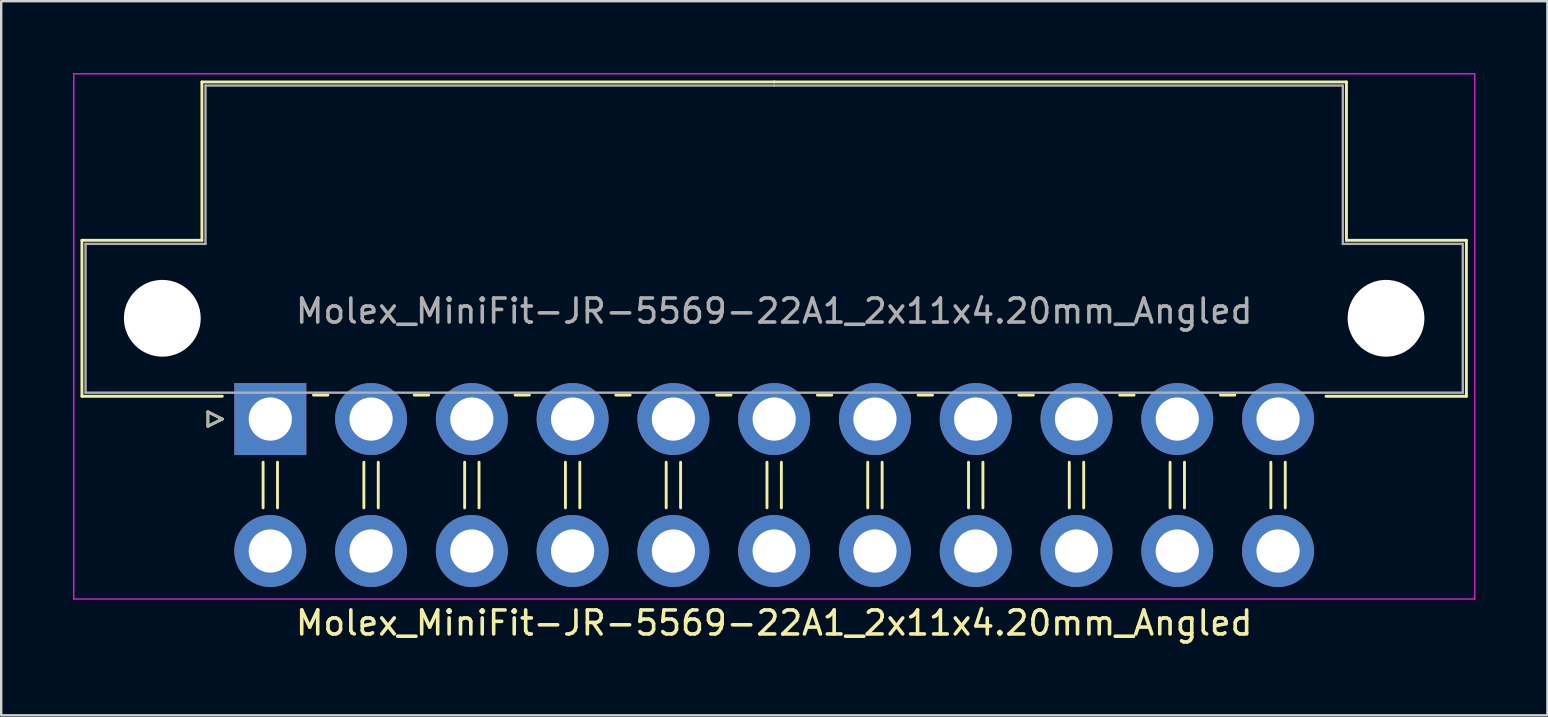
<source format=kicad_pcb>
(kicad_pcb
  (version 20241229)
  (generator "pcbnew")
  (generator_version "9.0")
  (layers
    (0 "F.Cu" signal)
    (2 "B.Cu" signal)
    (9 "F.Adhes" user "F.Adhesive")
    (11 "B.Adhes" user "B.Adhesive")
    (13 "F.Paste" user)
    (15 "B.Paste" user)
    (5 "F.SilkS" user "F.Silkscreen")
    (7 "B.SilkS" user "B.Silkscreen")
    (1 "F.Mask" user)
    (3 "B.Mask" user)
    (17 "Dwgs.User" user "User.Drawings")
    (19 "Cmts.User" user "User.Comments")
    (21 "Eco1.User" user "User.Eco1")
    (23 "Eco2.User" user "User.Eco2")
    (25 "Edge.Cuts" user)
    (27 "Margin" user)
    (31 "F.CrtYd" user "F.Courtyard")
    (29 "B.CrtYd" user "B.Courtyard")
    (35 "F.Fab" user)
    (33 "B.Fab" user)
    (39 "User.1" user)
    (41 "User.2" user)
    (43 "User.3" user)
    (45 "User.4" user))
  (footprint "Molex_MiniFit-JR-5569-22A1_2x11x4.20mm_Angled"
    (layer "F.Cu")
    (at 8.215 14.415)
    (property "Reference" "Molex_MiniFit-JR-5569-22A1_2x11x4.20mm_Angled" (at 21 8.5 0) (layer "F.SilkS") (effects (font (size 1 1) (thickness 0.15))))
    (attr through_hole)
    (fp_line (start -7.85 -7.45) (end -7.85 -0.95) (stroke (width 0.12) (type solid)) (layer "F.SilkS"))
    (fp_line (start -7.85 -0.95) (end -2 -0.95) (stroke (width 0.12) (type solid)) (layer "F.SilkS"))
    (fp_line (start -2.85 -14.05) (end -2.85 -7.45) (stroke (width 0.12) (type solid)) (layer "F.SilkS"))
    (fp_line (start -2.85 -7.45) (end -7.85 -7.45) (stroke (width 0.12) (type solid)) (layer "F.SilkS"))
    (fp_line (start -2.6 -0.3) (end -2 0) (stroke (width 0.12) (type solid)) (layer "F.SilkS"))
    (fp_line (start -2.6 0.3) (end -2.6 -0.3) (stroke (width 0.12) (type solid)) (layer "F.SilkS"))
    (fp_line (start -2 0) (end -2.6 0.3) (stroke (width 0.12) (type solid)) (layer "F.SilkS"))
    (fp_line (start -0.3 1.8) (end -0.3 3.7) (stroke (width 0.12) (type solid)) (layer "F.SilkS"))
    (fp_line (start 0.3 1.8) (end 0.3 3.7) (stroke (width 0.12) (type solid)) (layer "F.SilkS"))
    (fp_line (start 1.8 -1) (end 2.4 -1) (stroke (width 0.12) (type solid)) (layer "F.SilkS"))
    (fp_line (start 3.9 1.8) (end 3.9 3.7) (stroke (width 0.12) (type solid)) (layer "F.SilkS"))
    (fp_line (start 4.5 1.8) (end 4.5 3.7) (stroke (width 0.12) (type solid)) (layer "F.SilkS"))
    (fp_line (start 6 -1) (end 6.6 -1) (stroke (width 0.12) (type solid)) (layer "F.SilkS"))
    (fp_line (start 8.1 1.8) (end 8.1 3.7) (stroke (width 0.12) (type solid)) (layer "F.SilkS"))
    (fp_line (start 8.7 1.8) (end 8.7 3.7) (stroke (width 0.12) (type solid)) (layer "F.SilkS"))
    (fp_line (start 10.2 -1) (end 10.8 -1) (stroke (width 0.12) (type solid)) (layer "F.SilkS"))
    (fp_line (start 12.3 1.8) (end 12.3 3.7) (stroke (width 0.12) (type solid)) (layer "F.SilkS"))
    (fp_line (start 12.9 1.8) (end 12.9 3.7) (stroke (width 0.12) (type solid)) (layer "F.SilkS"))
    (fp_line (start 14.4 -1) (end 15 -1) (stroke (width 0.12) (type solid)) (layer "F.SilkS"))
    (fp_line (start 16.5 1.8) (end 16.5 3.7) (stroke (width 0.12) (type solid)) (layer "F.SilkS"))
    (fp_line (start 17.1 1.8) (end 17.1 3.7) (stroke (width 0.12) (type solid)) (layer "F.SilkS"))
    (fp_line (start 18.6 -1) (end 19.2 -1) (stroke (width 0.12) (type solid)) (layer "F.SilkS"))
    (fp_line (start 20.7 1.8) (end 20.7 3.7) (stroke (width 0.12) (type solid)) (layer "F.SilkS"))
    (fp_line (start 21 -14.05) (end -2.85 -14.05) (stroke (width 0.12) (type solid)) (layer "F.SilkS"))
    (fp_line (start 21 -14.05) (end 44.85 -14.05) (stroke (width 0.12) (type solid)) (layer "F.SilkS"))
    (fp_line (start 21.3 1.8) (end 21.3 3.7) (stroke (width 0.12) (type solid)) (layer "F.SilkS"))
    (fp_line (start 22.8 -1) (end 23.4 -1) (stroke (width 0.12) (type solid)) (layer "F.SilkS"))
    (fp_line (start 24.9 1.8) (end 24.9 3.7) (stroke (width 0.12) (type solid)) (layer "F.SilkS"))
    (fp_line (start 25.5 1.8) (end 25.5 3.7) (stroke (width 0.12) (type solid)) (layer "F.SilkS"))
    (fp_line (start 27 -1) (end 27.6 -1) (stroke (width 0.12) (type solid)) (layer "F.SilkS"))
    (fp_line (start 29.1 1.8) (end 29.1 3.7) (stroke (width 0.12) (type solid)) (layer "F.SilkS"))
    (fp_line (start 29.7 1.8) (end 29.7 3.7) (stroke (width 0.12) (type solid)) (layer "F.SilkS"))
    (fp_line (start 31.2 -1) (end 31.8 -1) (stroke (width 0.12) (type solid)) (layer "F.SilkS"))
    (fp_line (start 33.3 1.8) (end 33.3 3.7) (stroke (width 0.12) (type solid)) (layer "F.SilkS"))
    (fp_line (start 33.9 1.8) (end 33.9 3.7) (stroke (width 0.12) (type solid)) (layer "F.SilkS"))
    (fp_line (start 35.4 -1) (end 36 -1) (stroke (width 0.12) (type solid)) (layer "F.SilkS"))
    (fp_line (start 37.5 1.8) (end 37.5 3.7) (stroke (width 0.12) (type solid)) (layer "F.SilkS"))
    (fp_line (start 38.1 1.8) (end 38.1 3.7) (stroke (width 0.12) (type solid)) (layer "F.SilkS"))
    (fp_line (start 39.6 -1) (end 40.2 -1) (stroke (width 0.12) (type solid)) (layer "F.SilkS"))
    (fp_line (start 41.7 1.8) (end 41.7 3.7) (stroke (width 0.12) (type solid)) (layer "F.SilkS"))
    (fp_line (start 42.3 1.8) (end 42.3 3.7) (stroke (width 0.12) (type solid)) (layer "F.SilkS"))
    (fp_line (start 44.85 -14.05) (end 44.85 -7.45) (stroke (width 0.12) (type solid)) (layer "F.SilkS"))
    (fp_line (start 44.85 -7.45) (end 49.85 -7.45) (stroke (width 0.12) (type solid)) (layer "F.SilkS"))
    (fp_line (start 49.85 -7.45) (end 49.85 -0.95) (stroke (width 0.12) (type solid)) (layer "F.SilkS"))
    (fp_line (start 49.85 -0.95) (end 44 -0.95) (stroke (width 0.12) (type solid)) (layer "F.SilkS"))
    (fp_line (start -8.19 -14.39) (end -8.19 7.5) (stroke (width 0.05) (type solid)) (layer "F.CrtYd"))
    (fp_line (start -8.19 7.5) (end 50.2 7.5) (stroke (width 0.05) (type solid)) (layer "F.CrtYd"))
    (fp_line (start 50.2 -14.39) (end -8.19 -14.39) (stroke (width 0.05) (type solid)) (layer "F.CrtYd"))
    (fp_line (start 50.2 7.5) (end 50.2 -14.39) (stroke (width 0.05) (type solid)) (layer "F.CrtYd"))
    (fp_line (start -7.7 -7.3) (end -7.7 -1.1) (stroke (width 0.1) (type solid)) (layer "F.Fab"))
    (fp_line (start -7.7 -1.1) (end 21 -1.1) (stroke (width 0.1) (type solid)) (layer "F.Fab"))
    (fp_line (start -2.7 -13.9) (end -2.7 -7.3) (stroke (width 0.1) (type solid)) (layer "F.Fab"))
    (fp_line (start -2.7 -7.3) (end -7.7 -7.3) (stroke (width 0.1) (type solid)) (layer "F.Fab"))
    (fp_line (start -2.6 -0.3) (end -2 0) (stroke (width 0.1) (type solid)) (layer "F.Fab"))
    (fp_line (start -2.6 0.3) (end -2.6 -0.3) (stroke (width 0.1) (type solid)) (layer "F.Fab"))
    (fp_line (start -2 0) (end -2.6 0.3) (stroke (width 0.1) (type solid)) (layer "F.Fab"))
    (fp_line (start 21 -13.9) (end -2.7 -13.9) (stroke (width 0.1) (type solid)) (layer "F.Fab"))
    (fp_line (start 21 -13.9) (end 44.7 -13.9) (stroke (width 0.1) (type solid)) (layer "F.Fab"))
    (fp_line (start 44.7 -13.9) (end 44.7 -7.3) (stroke (width 0.1) (type solid)) (layer "F.Fab"))
    (fp_line (start 44.7 -7.3) (end 49.7 -7.3) (stroke (width 0.1) (type solid)) (layer "F.Fab"))
    (fp_line (start 49.7 -7.3) (end 49.7 -1.1) (stroke (width 0.1) (type solid)) (layer "F.Fab"))
    (fp_line (start 49.7 -1.1) (end 21 -1.1) (stroke (width 0.1) (type solid)) (layer "F.Fab"))
    (fp_text user "${REFERENCE}" (at 21 -4.5 0) (layer "F.Fab") (effects (font (size 1 1) (thickness 0.15))))
    (pad "" np_thru_hole circle (at -4.5 -4.2) (size 3.2 3.2) (drill 3.2) (layers "*.Cu" "*.Mask"))
    (pad "" np_thru_hole circle (at 46.5 -4.2) (size 3.2 3.2) (drill 3.2) (layers "*.Cu" "*.Mask"))
    (pad "1" thru_hole rect (at 0 0) (size 3 3) (drill 1.8) (layers "*.Cu" "*.Mask"))
    (pad "2" thru_hole circle (at 4.2 0) (size 3 3) (drill 1.8) (layers "*.Cu" "*.Mask"))
    (pad "3" thru_hole circle (at 8.4 0) (size 3 3) (drill 1.8) (layers "*.Cu" "*.Mask"))
    (pad "4" thru_hole circle (at 12.6 0) (size 3 3) (drill 1.8) (layers "*.Cu" "*.Mask"))
    (pad "5" thru_hole circle (at 16.8 0) (size 3 3) (drill 1.8) (layers "*.Cu" "*.Mask"))
    (pad "6" thru_hole circle (at 21 0) (size 3 3) (drill 1.8) (layers "*.Cu" "*.Mask"))
    (pad "7" thru_hole circle (at 25.2 0) (size 3 3) (drill 1.8) (layers "*.Cu" "*.Mask"))
    (pad "8" thru_hole circle (at 29.4 0) (size 3 3) (drill 1.8) (layers "*.Cu" "*.Mask"))
    (pad "9" thru_hole circle (at 33.6 0) (size 3 3) (drill 1.8) (layers "*.Cu" "*.Mask"))
    (pad "10" thru_hole circle (at 37.8 0) (size 3 3) (drill 1.8) (layers "*.Cu" "*.Mask"))
    (pad "11" thru_hole circle (at 42 0) (size 3 3) (drill 1.8) (layers "*.Cu" "*.Mask"))
    (pad "12" thru_hole circle (at 0 5.5) (size 3 3) (drill 1.8) (layers "*.Cu" "*.Mask"))
    (pad "13" thru_hole circle (at 4.2 5.5) (size 3 3) (drill 1.8) (layers "*.Cu" "*.Mask"))
    (pad "14" thru_hole circle (at 8.4 5.5) (size 3 3) (drill 1.8) (layers "*.Cu" "*.Mask"))
    (pad "15" thru_hole circle (at 12.6 5.5) (size 3 3) (drill 1.8) (layers "*.Cu" "*.Mask"))
    (pad "16" thru_hole circle (at 16.8 5.5) (size 3 3) (drill 1.8) (layers "*.Cu" "*.Mask"))
    (pad "17" thru_hole circle (at 21 5.5) (size 3 3) (drill 1.8) (layers "*.Cu" "*.Mask"))
    (pad "18" thru_hole circle (at 25.2 5.5) (size 3 3) (drill 1.8) (layers "*.Cu" "*.Mask"))
    (pad "19" thru_hole circle (at 29.4 5.5) (size 3 3) (drill 1.8) (layers "*.Cu" "*.Mask"))
    (pad "20" thru_hole circle (at 33.6 5.5) (size 3 3) (drill 1.8) (layers "*.Cu" "*.Mask"))
    (pad "21" thru_hole circle (at 37.8 5.5) (size 3 3) (drill 1.8) (layers "*.Cu" "*.Mask"))
    (pad "22" thru_hole circle (at 42 5.5) (size 3 3) (drill 1.8) (layers "*.Cu" "*.Mask")))
  (gr_rect
    (start -3 -3)
    (end 61.44 26.763)
    (stroke (width 0.1) (type default))
    (fill no)
    (layer "Edge.Cuts")))
</source>
